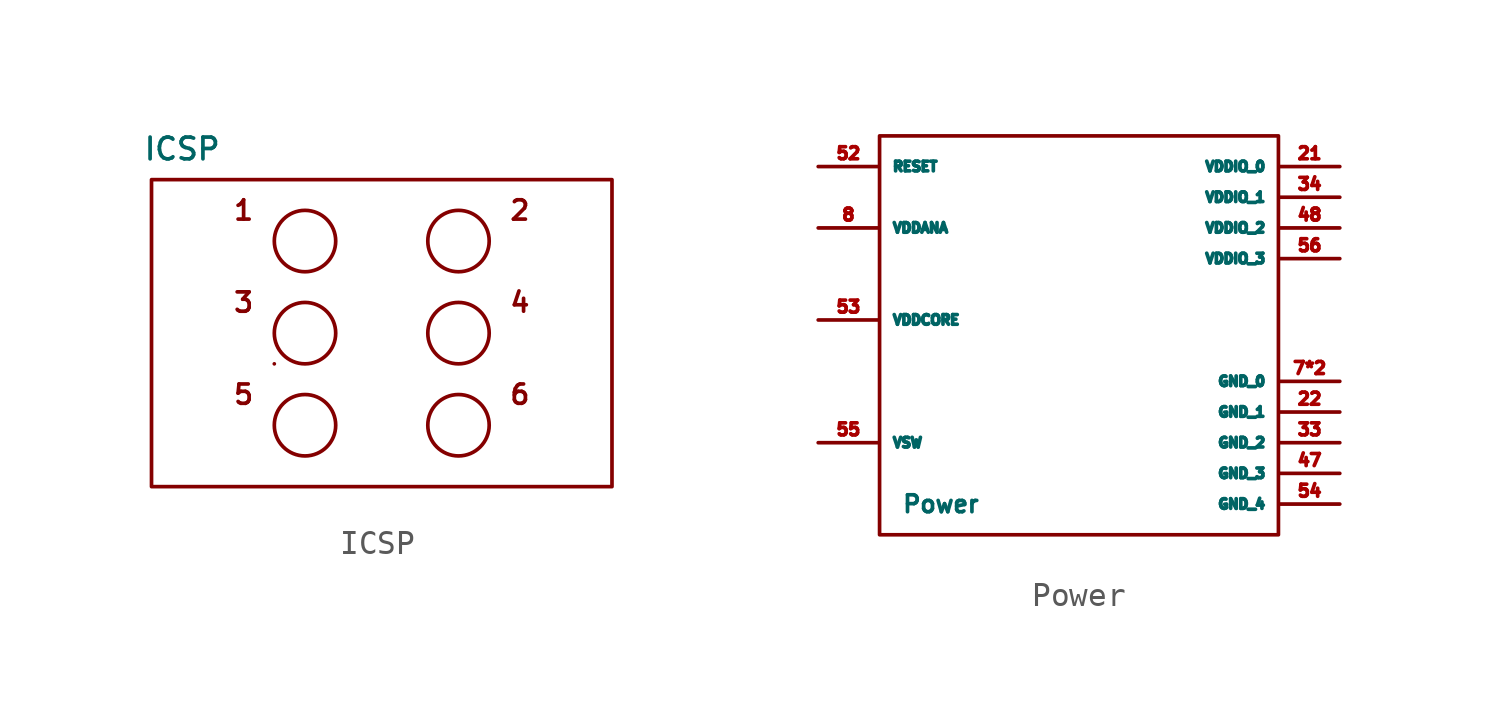
<source format=kicad_sym>
(kicad_symbol_lib
  (version 20211014)
  (generator kicad_symbol_editor)
  (symbol "ICSP"
    (property "Reference" "U"
      (at -1.27 15.24 0)
      (effects (font (size 1.27 1.27)) hide))
    (property "Value" "ICSP"
      (at -3.81 15.24 0)
      (effects (font (size 0.9 0.9))))
    (symbol "ICSP_0_0"
      (text "1" (at -1.27 12.7 0) (effects (font (size 0.8 0.8))))
      (text "2" (at 10.16 12.7 0) (effects (font (size 0.8 0.8))))
      (text "3" (at -1.27 8.89 0) (effects (font (size 0.8 0.8))))
      (text "4" (at 10.16 8.89 0) (effects (font (size 0.8 0.8))))
      (text "5" (at -1.27 5.08 0) (effects (font (size 0.8 0.8))))
      (text "6" (at 10.16 5.08 0) (effects (font (size 0.8 0.8)))))
    (symbol "ICSP_0_1"
      (rectangle (start 0 6.35) (end 0 6.35) (stroke (width 0) (type default) (color 0 0 0 0)) (fill (type none)))
      (circle (center 1.27 3.81) (radius 1.27) (stroke (width 0) (type default) (color 0 0 0 0)) (fill (type none)))
      (circle (center 1.27 7.62) (radius 1.27) (stroke (width 0) (type default) (color 0 0 0 0)) (fill (type none)))
      (circle (center 1.27 11.43) (radius 1.27) (stroke (width 0) (type default) (color 0 0 0 0)) (fill (type none)))
      (circle (center 7.62 3.81) (radius 1.27) (stroke (width 0) (type default) (color 0 0 0 0)) (fill (type none)))
      (circle (center 7.62 7.62) (radius 1.27) (stroke (width 0) (type default) (color 0 0 0 0)) (fill (type none)))
      (circle (center 7.62 11.43) (radius 1.27) (stroke (width 0) (type default) (color 0 0 0 0)) (fill (type none)))
      (rectangle (start 13.97 13.97) (end -5.08 1.27) (stroke (width 0) (type default) (color 0 0 0 0)) (fill (type none)))))
  (symbol "Power"
    (property "Reference" "U"
      (at -10.16 -5.08 0)
      (effects (font (size 1.27 1.27)) hide))
    (property "Value" "Power"
      (at -8.89 -21.59 0)
      (effects (font (size 0.7 0.7))))
    (symbol "Power_0_1"
      (rectangle (start 5.08 -6.35) (end -11.43 -22.86) (stroke (width 0) (type default) (color 0 0 0 0)) (fill (type none))))
    (symbol "Power_1_1"
      (pin input line (at 7.62 -7.62 180) (length 2.5) (name "VDDIO_0" (effects (font (size 0.4 0.4)))) (number "21" (effects (font (size 0.5 0.5)))))
      (pin input line (at 7.62 -17.78 180) (length 2.5) (name "GND_1" (effects (font (size 0.4 0.4)))) (number "22" (effects (font (size 0.5 0.5)))))
      (pin input line (at 7.62 -19.05 180) (length 2.5) (name "GND_2" (effects (font (size 0.4 0.4)))) (number "33" (effects (font (size 0.5 0.5)))))
      (pin input line (at 7.62 -8.89 180) (length 2.5) (name "VDDIO_1" (effects (font (size 0.4 0.4)))) (number "34" (effects (font (size 0.5 0.5)))))
      (pin input line (at 7.62 -20.32 180) (length 2.5) (name "GND_3" (effects (font (size 0.4 0.4)))) (number "47" (effects (font (size 0.5 0.5)))))
      (pin input line (at 7.62 -10.16 180) (length 2.5) (name "VDDIO_2" (effects (font (size 0.4 0.4)))) (number "48" (effects (font (size 0.5 0.5)))))
      (pin input line (at -13.97 -7.62 0) (length 2.5) (name "RESET" (effects (font (size 0.4 0.4)))) (number "52" (effects (font (size 0.5 0.5)))))
      (pin input line (at -13.97 -13.97 0) (length 2.5) (name "VDDCORE" (effects (font (size 0.4 0.4)))) (number "53" (effects (font (size 0.5 0.5)))))
      (pin input line (at 7.62 -21.59 180) (length 2.5) (name "GND_4" (effects (font (size 0.4 0.4)))) (number "54" (effects (font (size 0.5 0.5)))))
      (pin input line (at -13.97 -19.05 0) (length 2.5) (name "VSW" (effects (font (size 0.4 0.4)))) (number "55" (effects (font (size 0.5 0.5)))))
      (pin input line (at 7.62 -11.43 180) (length 2.5) (name "VDDIO_3" (effects (font (size 0.4 0.4)))) (number "56" (effects (font (size 0.5 0.5)))))
      (pin input line (at 7.62 -16.51 180) (length 2.5) (name "GND_0" (effects (font (size 0.4 0.4)))) (number "7*2" (effects (font (size 0.5 0.5)))))
      (pin input line (at -13.97 -10.16 0) (length 2.5) (name "VDDANA" (effects (font (size 0.4 0.4)))) (number "8" (effects (font (size 0.5 0.5))))))))
</source>
